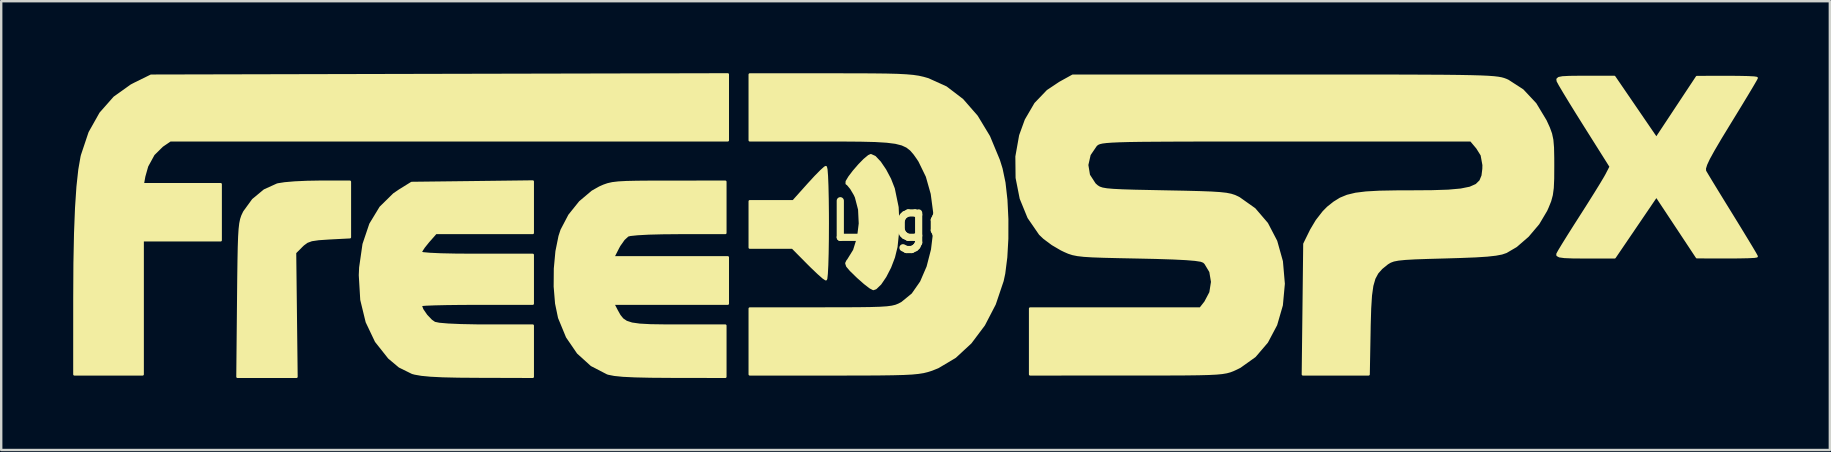
<source format=kicad_pcb>
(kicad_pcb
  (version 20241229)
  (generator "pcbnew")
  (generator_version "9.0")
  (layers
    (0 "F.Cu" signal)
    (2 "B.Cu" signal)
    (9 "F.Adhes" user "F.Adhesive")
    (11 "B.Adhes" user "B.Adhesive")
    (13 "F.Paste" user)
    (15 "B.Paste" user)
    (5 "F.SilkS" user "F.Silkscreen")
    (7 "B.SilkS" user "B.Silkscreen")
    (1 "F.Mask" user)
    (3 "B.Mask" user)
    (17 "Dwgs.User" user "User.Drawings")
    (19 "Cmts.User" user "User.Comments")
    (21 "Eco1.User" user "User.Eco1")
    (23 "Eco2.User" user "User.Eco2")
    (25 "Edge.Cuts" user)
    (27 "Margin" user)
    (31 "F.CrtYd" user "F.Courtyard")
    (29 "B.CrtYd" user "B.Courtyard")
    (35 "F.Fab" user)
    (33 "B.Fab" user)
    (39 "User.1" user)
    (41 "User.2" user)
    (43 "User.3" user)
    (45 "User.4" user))
  (footprint "Logo"
    (layer "F.Cu")
    (at 34.289 6.15)
    (property "Reference" "Logo" (at 0 0 0) (layer "F.SilkS") (effects (font (size 1.524 1.524) (thickness 0.3))))
    (attr through_hole)
    (fp_poly (pts (xy -2.845 0.102) (xy -2.848 0.766) (xy -2.857 1.357) (xy -2.871 1.847) (xy -2.89 2.206) (xy -2.911 2.406) (xy -2.924 2.438) (xy -3.026 2.371) (xy -3.233 2.189) (xy -3.508 1.927) (xy -3.658 1.778) (xy -4.312 1.118) (xy -5.204 1.118) (xy -6.096 1.118) (xy -6.096 0.152) (xy -6.096 -0.813) (xy -5.188 -0.813) (xy -4.28 -0.813) (xy -3.643 -1.524) (xy -3.359 -1.833) (xy -3.121 -2.074) (xy -2.965 -2.214) (xy -2.926 -2.235) (xy -2.903 -2.138) (xy -2.882 -1.867) (xy -2.865 -1.448) (xy -2.853 -0.912) (xy -2.846 -0.286) (xy -2.845 0.102)) (stroke (width 0.1) (type solid)) (fill yes) (layer "F.SilkS"))
    (fp_poly (pts (xy -22.758 0.686) (xy -23.627 0.731) (xy -24.064 0.761) (xy -24.352 0.803) (xy -24.547 0.874) (xy -24.704 0.989) (xy -24.77 1.052) (xy -25.044 1.327) (xy -25.014 3.915) (xy -24.984 6.502) (xy -26.213 6.502) (xy -27.443 6.502) (xy -27.412 3.277) (xy -27.403 2.379) (xy -27.393 1.662) (xy -27.382 1.1) (xy -27.367 0.67) (xy -27.347 0.349) (xy -27.32 0.113) (xy -27.284 -0.062) (xy -27.238 -0.2) (xy -27.18 -0.324) (xy -27.156 -0.371) (xy -26.793 -0.87) (xy -26.317 -1.264) (xy -25.786 -1.505) (xy -25.749 -1.515) (xy -25.474 -1.558) (xy -25.054 -1.594) (xy -24.547 -1.617) (xy -24.034 -1.626) (xy -22.758 -1.626) (xy -22.758 -0.47) (xy -22.758 0.686)) (stroke (width 0.1) (type solid)) (fill yes) (layer "F.SilkS"))
    (fp_poly (pts (xy -7.01 -3.353) (xy -18.629 -3.353) (xy -30.247 -3.353) (xy -30.583 -3.124) (xy -30.942 -2.769) (xy -31.21 -2.279) (xy -31.33 -1.854) (xy -31.389 -1.524) (xy -29.766 -1.524) (xy -28.143 -1.524) (xy -28.143 -0.356) (xy -28.143 0.813) (xy -29.769 0.813) (xy -31.394 0.813) (xy -31.394 3.607) (xy -31.394 6.401) (xy -32.817 6.401) (xy -34.239 6.401) (xy -34.238 3.226) (xy -34.23 1.778) (xy -34.205 0.525) (xy -34.163 -0.539) (xy -34.104 -1.421) (xy -34.027 -2.128) (xy -33.933 -2.668) (xy -33.918 -2.729) (xy -33.602 -3.673) (xy -33.149 -4.478) (xy -32.568 -5.136) (xy -31.865 -5.637) (xy -31.714 -5.715) (xy -31.043 -6.045) (xy -19.027 -6.073) (xy -7.01 -6.1) (xy -7.01 -4.726) (xy -7.01 -3.353)) (stroke (width 0.1) (type solid)) (fill yes) (layer "F.SilkS"))
    (fp_poly (pts (xy 0.098 0.272) (xy 0.014 1.087) (xy -0.092 1.518) (xy -0.251 1.934) (xy -0.449 2.318) (xy -0.657 2.624) (xy -0.848 2.808) (xy -0.945 2.843) (xy -1.074 2.776) (xy -1.3 2.602) (xy -1.578 2.357) (xy -1.609 2.328) (xy -1.885 2.059) (xy -2.031 1.887) (xy -2.07 1.771) (xy -2.022 1.672) (xy -1.994 1.64) (xy -1.742 1.233) (xy -1.576 0.702) (xy -1.504 0.113) (xy -1.532 -0.471) (xy -1.666 -0.987) (xy -1.716 -1.095) (xy -1.869 -1.353) (xy -2.011 -1.523) (xy -2.055 -1.551) (xy -2.052 -1.637) (xy -1.941 -1.822) (xy -1.757 -2.063) (xy -1.537 -2.317) (xy -1.318 -2.541) (xy -1.135 -2.693) (xy -1.049 -2.732) (xy -0.883 -2.657) (xy -0.675 -2.436) (xy -0.455 -2.112) (xy -0.253 -1.731) (xy -0.099 -1.336) (xy -0.099 -1.335) (xy 0.06 -0.565) (xy 0.098 0.272)) (stroke (width 0.1) (type solid)) (fill yes) (layer "F.SilkS"))
    (fp_poly (pts (xy -15.138 6.502) (xy -17.399 6.495) (xy -18.232 6.489) (xy -18.888 6.474) (xy -19.392 6.449) (xy -19.771 6.413) (xy -20.048 6.365) (xy -20.153 6.337) (xy -20.689 6.073) (xy -21.126 5.706) (xy -21.669 5.021) (xy -22.053 4.214) (xy -22.277 3.293) (xy -22.338 2.268) (xy -22.324 1.949) (xy -22.184 0.977) (xy -21.902 0.141) (xy -21.48 -0.554) (xy -20.92 -1.104) (xy -20.68 -1.268) (xy -20.184 -1.575) (xy -17.661 -1.605) (xy -15.138 -1.636) (xy -15.138 -0.564) (xy -15.138 0.508) (xy -17.16 0.508) (xy -19.181 0.508) (xy -19.497 0.867) (xy -19.684 1.1) (xy -19.797 1.277) (xy -19.812 1.324) (xy -19.713 1.357) (xy -19.427 1.383) (xy -18.971 1.404) (xy -18.36 1.417) (xy -17.61 1.422) (xy -17.475 1.422) (xy -15.138 1.422) (xy -15.138 2.438) (xy -15.138 3.454) (xy -17.475 3.454) (xy -18.14 3.457) (xy -18.731 3.464) (xy -19.22 3.475) (xy -19.579 3.489) (xy -19.78 3.505) (xy -19.812 3.515) (xy -19.743 3.705) (xy -19.577 3.947) (xy -19.373 4.161) (xy -19.232 4.259) (xy -19.038 4.299) (xy -18.665 4.331) (xy -18.139 4.354) (xy -17.484 4.367) (xy -17.064 4.369) (xy -15.138 4.369) (xy -15.138 5.436) (xy -15.138 6.502)) (stroke (width 0.1) (type solid)) (fill yes) (layer "F.SilkS"))
    (fp_poly (pts (xy -7.01 3.454) (xy -9.401 3.454) (xy -11.791 3.454) (xy -11.636 3.753) (xy -11.523 3.954) (xy -11.4 4.106) (xy -11.238 4.215) (xy -11.009 4.289) (xy -10.683 4.335) (xy -10.233 4.359) (xy -9.63 4.368) (xy -9.071 4.369) (xy -7.112 4.369) (xy -7.112 5.436) (xy -7.112 6.502) (xy -9.373 6.498) (xy -10.216 6.492) (xy -10.877 6.477) (xy -11.377 6.453) (xy -11.737 6.417) (xy -11.979 6.369) (xy -12.026 6.354) (xy -12.687 6.012) (xy -13.252 5.501) (xy -13.706 4.838) (xy -14.036 4.038) (xy -14.036 4.038) (xy -14.159 3.445) (xy -14.217 2.741) (xy -14.211 1.994) (xy -14.144 1.273) (xy -14.017 0.645) (xy -13.934 0.391) (xy -13.61 -0.227) (xy -13.166 -0.78) (xy -12.649 -1.215) (xy -12.348 -1.385) (xy -12.176 -1.461) (xy -12.009 -1.519) (xy -11.817 -1.562) (xy -11.57 -1.591) (xy -11.239 -1.609) (xy -10.793 -1.619) (xy -10.203 -1.624) (xy -9.474 -1.625) (xy -7.112 -1.626) (xy -7.112 -0.559) (xy -7.112 0.508) (xy -9.049 0.508) (xy -9.729 0.514) (xy -10.312 0.529) (xy -10.769 0.554) (xy -11.073 0.585) (xy -11.182 0.613) (xy -11.349 0.767) (xy -11.531 1.024) (xy -11.584 1.121) (xy -11.79 1.524) (xy -9.4 1.524) (xy -7.01 1.524) (xy -7.01 2.489) (xy -7.01 3.454)) (stroke (width 0.1) (type solid)) (fill yes) (layer "F.SilkS"))
    (fp_poly (pts (xy 35.865 1.482) (xy 35.77 1.498) (xy 35.51 1.511) (xy 35.125 1.519) (xy 34.654 1.522) (xy 34.62 1.521) (xy 33.376 1.519) (xy 32.531 0.242) (xy 31.686 -1.034) (xy 30.816 0.245) (xy 29.946 1.524) (xy 28.729 1.524) (xy 28.204 1.52) (xy 27.854 1.506) (xy 27.651 1.478) (xy 27.567 1.433) (xy 27.565 1.385) (xy 27.636 1.256) (xy 27.797 0.989) (xy 28.03 0.614) (xy 28.314 0.165) (xy 28.529 -0.171) (xy 28.849 -0.673) (xy 29.142 -1.14) (xy 29.385 -1.534) (xy 29.554 -1.818) (xy 29.612 -1.922) (xy 29.784 -2.255) (xy 28.714 -3.953) (xy 28.38 -4.486) (xy 28.082 -4.968) (xy 27.838 -5.37) (xy 27.665 -5.662) (xy 27.581 -5.816) (xy 27.578 -5.823) (xy 27.567 -5.896) (xy 27.624 -5.945) (xy 27.777 -5.974) (xy 28.06 -5.989) (xy 28.503 -5.994) (xy 28.722 -5.994) (xy 29.933 -5.994) (xy 30.809 -4.714) (xy 31.685 -3.434) (xy 32.53 -4.711) (xy 33.376 -5.989) (xy 34.62 -5.992) (xy 35.096 -5.989) (xy 35.488 -5.981) (xy 35.757 -5.967) (xy 35.864 -5.95) (xy 35.865 -5.949) (xy 35.814 -5.853) (xy 35.672 -5.61) (xy 35.454 -5.246) (xy 35.176 -4.787) (xy 34.854 -4.26) (xy 34.74 -4.075) (xy 34.354 -3.442) (xy 34.069 -2.957) (xy 33.872 -2.6) (xy 33.754 -2.348) (xy 33.703 -2.181) (xy 33.709 -2.076) (xy 33.715 -2.061) (xy 33.799 -1.919) (xy 33.97 -1.635) (xy 34.212 -1.238) (xy 34.505 -0.761) (xy 34.831 -0.233) (xy 34.84 -0.218) (xy 35.158 0.299) (xy 35.436 0.755) (xy 35.658 1.122) (xy 35.806 1.373) (xy 35.864 1.481) (xy 35.865 1.482)) (stroke (width 0.1) (type solid)) (fill yes) (layer "F.SilkS"))
    (fp_poly (pts (xy 4.633 -0.071) (xy 4.632 0.746) (xy 4.588 1.523) (xy 4.502 2.2) (xy 4.437 2.501) (xy 4.11 3.47) (xy 3.661 4.335) (xy 3.105 5.076) (xy 2.462 5.671) (xy 1.747 6.097) (xy 1.486 6.202) (xy 1.32 6.255) (xy 1.143 6.299) (xy 0.933 6.332) (xy 0.667 6.358) (xy 0.319 6.376) (xy -0.132 6.388) (xy -0.71 6.396) (xy -1.439 6.4) (xy -2.342 6.401) (xy -2.588 6.401) (xy -6.096 6.401) (xy -6.096 5.029) (xy -6.096 3.658) (xy -3.124 3.656) (xy -2.268 3.655) (xy -1.59 3.652) (xy -1.066 3.645) (xy -0.671 3.633) (xy -0.379 3.614) (xy -0.168 3.586) (xy -0.01 3.548) (xy 0.117 3.497) (xy 0.239 3.433) (xy 0.254 3.424) (xy 0.692 3.066) (xy 1.049 2.554) (xy 1.322 1.922) (xy 1.507 1.203) (xy 1.6 0.433) (xy 1.597 -0.356) (xy 1.495 -1.129) (xy 1.29 -1.852) (xy 0.979 -2.491) (xy 0.906 -2.602) (xy 0.762 -2.804) (xy 0.621 -2.965) (xy 0.458 -3.092) (xy 0.252 -3.187) (xy -0.021 -3.256) (xy -0.384 -3.302) (xy -0.86 -3.331) (xy -1.472 -3.346) (xy -2.244 -3.352) (xy -3.089 -3.353) (xy -6.096 -3.353) (xy -6.096 -4.724) (xy -6.096 -6.096) (xy -2.703 -6.096) (xy -1.769 -6.095) (xy -1.014 -6.092) (xy -0.412 -6.085) (xy 0.059 -6.073) (xy 0.426 -6.054) (xy 0.712 -6.029) (xy 0.942 -5.995) (xy 1.14 -5.95) (xy 1.332 -5.895) (xy 1.335 -5.894) (xy 2.083 -5.555) (xy 2.763 -5.035) (xy 3.363 -4.348) (xy 3.872 -3.506) (xy 4.28 -2.524) (xy 4.392 -2.165) (xy 4.513 -1.586) (xy 4.594 -0.868) (xy 4.633 -0.071)) (stroke (width 0.1) (type solid)) (fill yes) (layer "F.SilkS"))
    (fp_poly (pts (xy 27.381 -2.286) (xy 27.378 -1.753) (xy 27.361 -1.368) (xy 27.322 -1.077) (xy 27.254 -0.826) (xy 27.146 -0.56) (xy 27.089 -0.433) (xy 26.763 0.116) (xy 26.327 0.631) (xy 25.838 1.054) (xy 25.423 1.297) (xy 25.243 1.358) (xy 24.99 1.406) (xy 24.639 1.445) (xy 24.16 1.476) (xy 23.528 1.501) (xy 22.893 1.52) (xy 22.171 1.54) (xy 21.624 1.559) (xy 21.222 1.582) (xy 20.936 1.611) (xy 20.737 1.649) (xy 20.596 1.701) (xy 20.483 1.768) (xy 20.454 1.789) (xy 20.227 1.974) (xy 20.055 2.168) (xy 19.93 2.401) (xy 19.843 2.705) (xy 19.786 3.111) (xy 19.752 3.65) (xy 19.731 4.353) (xy 19.728 4.547) (xy 19.694 6.401) (xy 18.325 6.401) (xy 16.955 6.401) (xy 16.987 3.683) (xy 17.018 0.965) (xy 17.304 0.384) (xy 17.533 0.000093) (xy 17.817 -0.365) (xy 18.001 -0.551) (xy 18.261 -0.757) (xy 18.519 -0.917) (xy 18.805 -1.035) (xy 19.151 -1.119) (xy 19.586 -1.173) (xy 20.141 -1.204) (xy 20.847 -1.217) (xy 21.459 -1.219) (xy 22.327 -1.225) (xy 23.012 -1.247) (xy 23.537 -1.294) (xy 23.922 -1.372) (xy 24.188 -1.49) (xy 24.356 -1.656) (xy 24.447 -1.876) (xy 24.482 -2.159) (xy 24.486 -2.322) (xy 24.41 -2.741) (xy 24.223 -3.04) (xy 23.96 -3.353) (xy 16.247 -3.353) (xy 14.813 -3.353) (xy 13.568 -3.352) (xy 12.498 -3.351) (xy 11.591 -3.348) (xy 10.831 -3.344) (xy 10.205 -3.339) (xy 9.7 -3.331) (xy 9.301 -3.32) (xy 8.994 -3.306) (xy 8.766 -3.289) (xy 8.603 -3.269) (xy 8.491 -3.244) (xy 8.417 -3.215) (xy 8.366 -3.181) (xy 8.327 -3.146) (xy 8.063 -2.758) (xy 7.965 -2.326) (xy 8.035 -1.9) (xy 8.274 -1.531) (xy 8.298 -1.507) (xy 8.38 -1.435) (xy 8.471 -1.379) (xy 8.597 -1.336) (xy 8.783 -1.304) (xy 9.054 -1.28) (xy 9.435 -1.261) (xy 9.951 -1.245) (xy 10.628 -1.231) (xy 11.209 -1.219) (xy 12.019 -1.203) (xy 12.652 -1.187) (xy 13.136 -1.169) (xy 13.497 -1.146) (xy 13.762 -1.117) (xy 13.958 -1.078) (xy 14.113 -1.028) (xy 14.252 -0.963) (xy 14.294 -0.941) (xy 14.938 -0.485) (xy 15.456 0.119) (xy 15.838 0.852) (xy 16.074 1.695) (xy 16.154 2.625) (xy 16.072 3.517) (xy 15.835 4.333) (xy 15.456 5.049) (xy 14.949 5.642) (xy 14.328 6.085) (xy 14.181 6.158) (xy 14.049 6.219) (xy 13.921 6.268) (xy 13.777 6.307) (xy 13.596 6.338) (xy 13.356 6.361) (xy 13.037 6.377) (xy 12.618 6.388) (xy 12.077 6.395) (xy 11.394 6.398) (xy 10.548 6.399) (xy 9.627 6.4) (xy 5.588 6.401) (xy 5.588 5.029) (xy 5.588 3.658) (xy 9.137 3.658) (xy 12.685 3.658) (xy 12.893 3.393) (xy 13.105 2.991) (xy 13.175 2.546) (xy 13.104 2.118) (xy 12.894 1.769) (xy 12.826 1.705) (xy 12.71 1.66) (xy 12.47 1.623) (xy 12.088 1.591) (xy 11.55 1.564) (xy 10.838 1.541) (xy 10.069 1.524) (xy 9.275 1.508) (xy 8.656 1.493) (xy 8.183 1.476) (xy 7.829 1.454) (xy 7.565 1.424) (xy 7.361 1.383) (xy 7.191 1.328) (xy 7.026 1.256) (xy 6.89 1.19) (xy 6.519 0.973) (xy 6.175 0.717) (xy 6.001 0.551) (xy 5.526 -0.139) (xy 5.202 -0.932) (xy 5.032 -1.79) (xy 5.023 -2.677) (xy 5.179 -3.553) (xy 5.413 -4.197) (xy 5.81 -4.877) (xy 6.319 -5.408) (xy 6.826 -5.746) (xy 7.366 -6.045) (xy 16.205 -6.045) (xy 17.747 -6.045) (xy 19.1 -6.045) (xy 20.275 -6.044) (xy 21.287 -6.042) (xy 22.149 -6.038) (xy 22.874 -6.034) (xy 23.475 -6.027) (xy 23.966 -6.018) (xy 24.359 -6.007) (xy 24.668 -5.993) (xy 24.906 -5.976) (xy 25.086 -5.955) (xy 25.222 -5.931) (xy 25.327 -5.902) (xy 25.414 -5.87) (xy 25.497 -5.833) (xy 25.502 -5.83) (xy 26.111 -5.435) (xy 26.641 -4.869) (xy 27.065 -4.166) (xy 27.2 -3.871) (xy 27.29 -3.624) (xy 27.344 -3.368) (xy 27.371 -3.051) (xy 27.38 -2.617) (xy 27.381 -2.286)) (stroke (width 0.1) (type solid)) (fill yes) (layer "F.SilkS")))
  (gr_rect
    (start -3 -3)
    (end 73.204 15.702)
    (stroke (width 0.1) (type default))
    (fill no)
    (layer "Edge.Cuts")))
</source>
